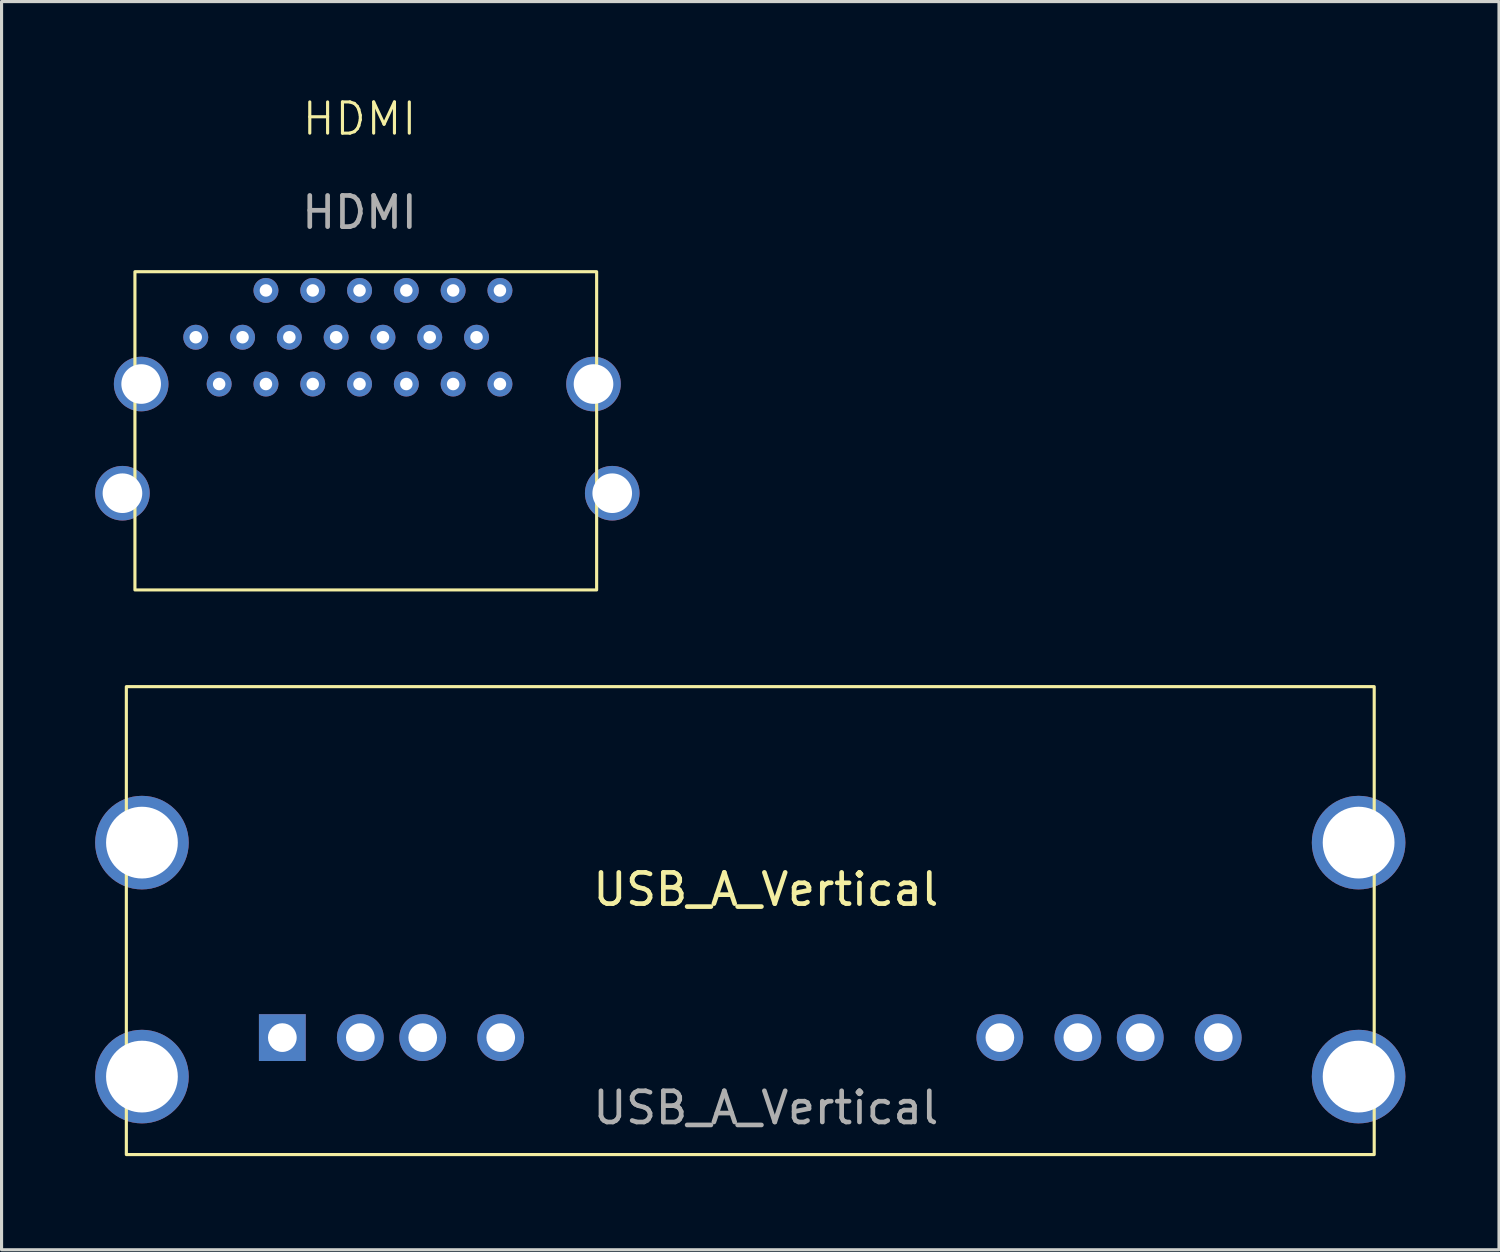
<source format=kicad_pcb>
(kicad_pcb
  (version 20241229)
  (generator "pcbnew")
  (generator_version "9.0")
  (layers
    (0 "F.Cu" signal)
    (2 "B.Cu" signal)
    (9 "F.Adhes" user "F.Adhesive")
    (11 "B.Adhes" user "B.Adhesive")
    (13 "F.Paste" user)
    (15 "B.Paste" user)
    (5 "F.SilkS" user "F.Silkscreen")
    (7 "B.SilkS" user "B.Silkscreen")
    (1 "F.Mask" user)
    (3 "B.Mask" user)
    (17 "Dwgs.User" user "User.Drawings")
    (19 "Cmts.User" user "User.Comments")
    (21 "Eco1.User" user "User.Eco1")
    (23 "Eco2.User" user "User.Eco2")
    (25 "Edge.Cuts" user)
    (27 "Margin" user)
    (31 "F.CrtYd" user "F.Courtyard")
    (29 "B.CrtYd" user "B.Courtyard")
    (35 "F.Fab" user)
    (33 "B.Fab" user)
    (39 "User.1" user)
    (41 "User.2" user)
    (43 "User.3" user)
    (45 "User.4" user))
  (footprint "HDMI"
    (layer "F.Cu")
    (at 8.475 1.26)
    (property "Reference" "HDMI" (at 0 -0.5 0) (unlocked yes) (layer "F.SilkS") (effects (font (size 1 1) (thickness 0.1))))
    (attr through_hole)
    (fp_rect (start -7.2 4.4) (end 7.6 14.6) (stroke (width 0.1) (type default)) (fill no) (layer "F.SilkS"))
    (fp_text user "${REFERENCE}" (at 0 2.5 0) (unlocked yes) (layer "F.Fab") (effects (font (size 1 1) (thickness 0.15))))
    (pad "1" thru_hole circle (at -4.5 8) (size 0.8 0.8) (drill 0.4) (layers "*.Cu" "*.Mask"))
    (pad "2" thru_hole circle (at -3.75 6.5 180) (size 0.8 0.8) (drill 0.4) (layers "*.Cu" "*.Mask"))
    (pad "3" thru_hole circle (at -3 8) (size 0.8 0.8) (drill 0.4) (layers "*.Cu" "*.Mask"))
    (pad "4" thru_hole circle (at -3 5) (size 0.8 0.8) (drill 0.4) (layers "*.Cu" "*.Mask"))
    (pad "5" thru_hole circle (at -2.25 6.5 180) (size 0.8 0.8) (drill 0.4) (layers "*.Cu" "*.Mask"))
    (pad "6" thru_hole circle (at -1.5 5) (size 0.8 0.8) (drill 0.4) (layers "*.Cu" "*.Mask"))
    (pad "7" thru_hole circle (at -1.5 8) (size 0.8 0.8) (drill 0.4) (layers "*.Cu" "*.Mask"))
    (pad "8" thru_hole circle (at -0.75 6.5 180) (size 0.8 0.8) (drill 0.4) (layers "*.Cu" "*.Mask"))
    (pad "9" thru_hole circle (at 0 8) (size 0.8 0.8) (drill 0.4) (layers "*.Cu" "*.Mask"))
    (pad "10" thru_hole circle (at 0 5) (size 0.8 0.8) (drill 0.4) (layers "*.Cu" "*.Mask"))
    (pad "11" thru_hole circle (at 0.75 6.5 180) (size 0.8 0.8) (drill 0.4) (layers "*.Cu" "*.Mask"))
    (pad "12" thru_hole circle (at 1.5 5) (size 0.8 0.8) (drill 0.4) (layers "*.Cu" "*.Mask"))
    (pad "13" thru_hole circle (at 1.5 8) (size 0.8 0.8) (drill 0.4) (layers "*.Cu" "*.Mask"))
    (pad "14" thru_hole circle (at 2.25 6.5 180) (size 0.8 0.8) (drill 0.4) (layers "*.Cu" "*.Mask"))
    (pad "15" thru_hole circle (at 3 8) (size 0.8 0.8) (drill 0.4) (layers "*.Cu" "*.Mask"))
    (pad "16" thru_hole circle (at 3 5) (size 0.8 0.8) (drill 0.4) (layers "*.Cu" "*.Mask"))
    (pad "17" thru_hole circle (at 3.75 6.5 180) (size 0.8 0.8) (drill 0.4) (layers "*.Cu" "*.Mask"))
    (pad "18" thru_hole circle (at 4.5 5) (size 0.8 0.8) (drill 0.4) (layers "*.Cu" "*.Mask"))
    (pad "19" thru_hole circle (at 4.5 8) (size 0.8 0.8) (drill 0.4) (layers "*.Cu" "*.Mask"))
    (pad "20" thru_hole circle (at -5.25 6.5) (size 0.8 0.8) (drill 0.4) (layers "*.Cu" "*.Mask"))
    (pad "SH" thru_hole circle (at -7.6 11.5) (size 1.75 1.75) (drill 1.27) (layers "*.Cu" "*.Mask"))
    (pad "SH" thru_hole circle (at -7 8) (size 1.75 1.75) (drill 1.27) (layers "*.Cu" "*.Mask"))
    (pad "SH" thru_hole circle (at 7.5 8) (size 1.75 1.75) (drill 1.27) (layers "*.Cu" "*.Mask"))
    (pad "SH" thru_hole circle (at 8.1 11.5) (size 1.75 1.75) (drill 1.27) (layers "*.Cu" "*.Mask")))
  (footprint "USB_A_Vertical"
    (layer "F.Cu")
    (at 21.5 25.46)
    (property "Reference" "USB_A_Vertical" (at 0 0 0) (layer "F.SilkS") (effects (font (size 1 1) (thickness 0.15))))
    (attr through_hole)
    (fp_rect (start -20.5 -6.5) (end 19.5 8.5) (stroke (width 0.1) (type default)) (fill no) (layer "F.SilkS"))
    (fp_text user "${REFERENCE}" (at 0 7 0) (layer "F.Fab") (effects (font (size 1 1) (thickness 0.15))))
    (pad "1" thru_hole rect (at -15.5 4.75) (size 1.5 1.5) (drill 0.92) (layers "*.Cu" "*.Mask"))
    (pad "2" thru_hole circle (at -13 4.75) (size 1.5 1.5) (drill 0.92) (layers "*.Cu" "*.Mask"))
    (pad "3" thru_hole circle (at -11 4.75) (size 1.5 1.5) (drill 0.92) (layers "*.Cu" "*.Mask"))
    (pad "4" thru_hole circle (at -8.5 4.75) (size 1.5 1.5) (drill 0.92) (layers "*.Cu" "*.Mask"))
    (pad "5" thru_hole circle (at 7.5 4.75) (size 1.5 1.5) (drill 0.92) (layers "*.Cu" "*.Mask"))
    (pad "6" thru_hole circle (at 10 4.75) (size 1.5 1.5) (drill 0.92) (layers "*.Cu" "*.Mask"))
    (pad "7" thru_hole circle (at 12 4.75) (size 1.5 1.5) (drill 0.92) (layers "*.Cu" "*.Mask"))
    (pad "8" thru_hole circle (at 14.5 4.75) (size 1.5 1.5) (drill 0.92) (layers "*.Cu" "*.Mask"))
    (pad "9" thru_hole circle (at -20 -1.5) (size 3 3) (drill 2.3) (layers "*.Cu" "*.Mask"))
    (pad "9" thru_hole circle (at -20 6) (size 3 3) (drill 2.3) (layers "*.Cu" "*.Mask"))
    (pad "9" thru_hole circle (at 19 -1.5) (size 3 3) (drill 2.3) (layers "*.Cu" "*.Mask"))
    (pad "9" thru_hole circle (at 19 6) (size 3 3) (drill 2.3) (layers "*.Cu" "*.Mask")))
  (gr_rect
    (start -3 -3)
    (end 45 37.011)
    (stroke (width 0.1) (type default))
    (fill no)
    (layer "Edge.Cuts")))
</source>
